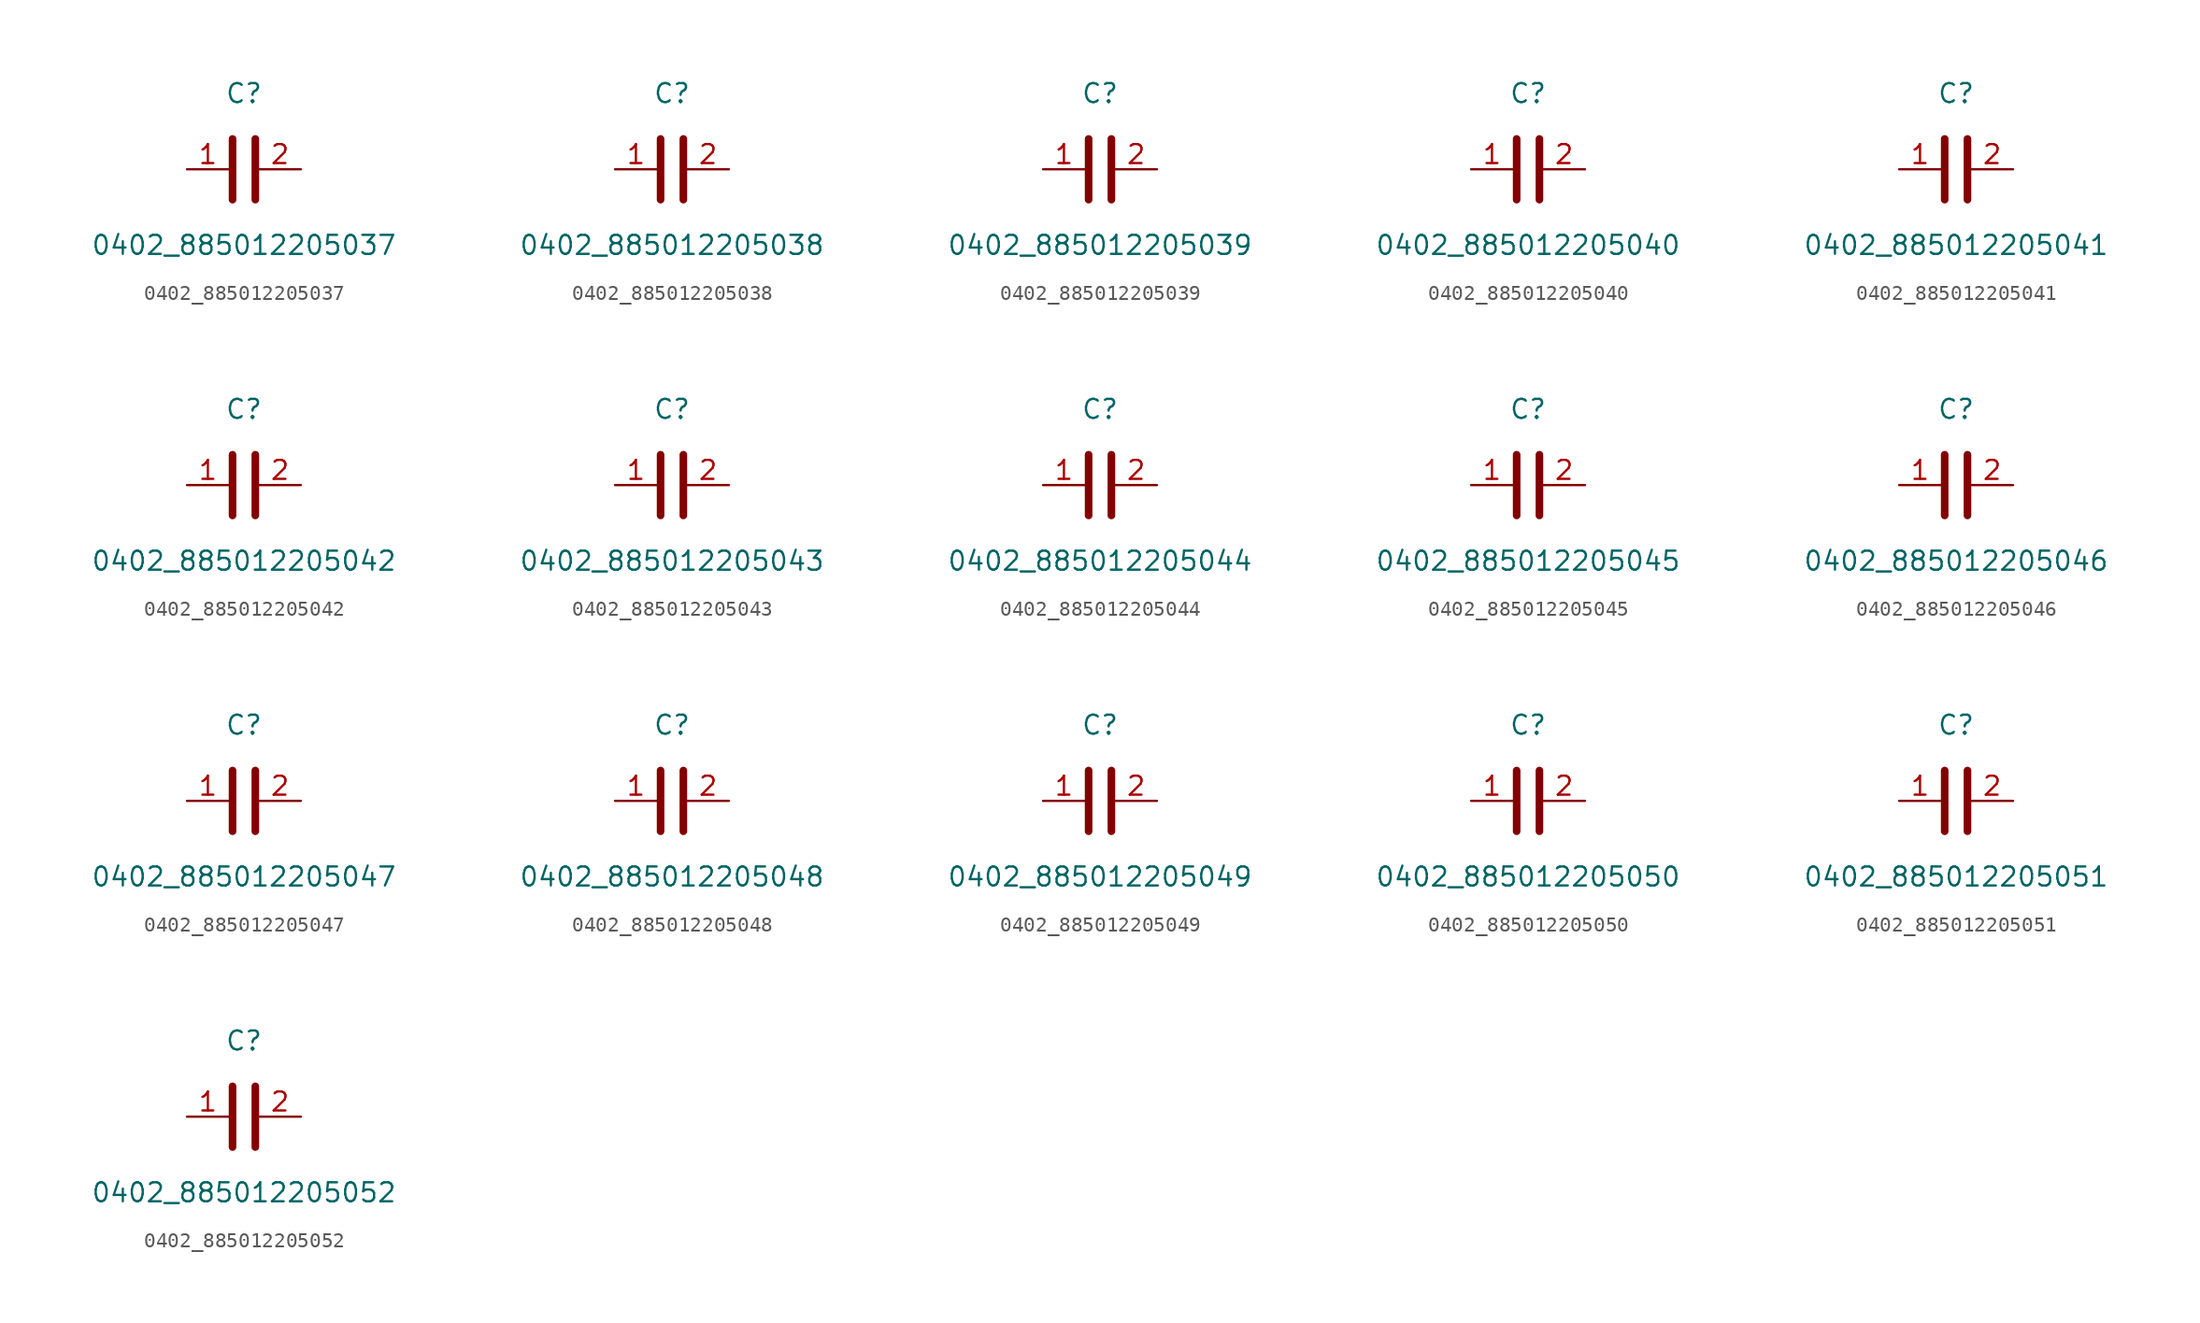
<source format=kicad_sym>
(kicad_symbol_lib
  (version 20220914)
  (generator kicad_symbol_editor)
  (symbol "0402_885012205037"
    (pin_names hide)
    (property "Reference" "C"
      (at 0 5.08 0)
      (effects (font (size 1.27 1.27))))
    (property "Value" "0402_885012205037"
      (at 0 -5.08 0)
      (effects (font (size 1.27 1.27))))
    (symbol "0402_885012205037_0_1"
      (polyline (pts (xy -0.762 -2.032) (xy -0.762 2.032)) (stroke (width 0.508) (type default)) (fill (type none)))
      (polyline (pts (xy 0.762 -2.032) (xy 0.762 2.032)) (stroke (width 0.508) (type default)) (fill (type none))))
    (symbol "0402_885012205037_1_1"
      (pin passive line (at -3.81 0 0) (length 2.794) (name "1" (effects (font (size 1.27 1.27)))) (number "1" (effects (font (size 1.27 1.27)))))
      (pin passive line (at 3.81 0 180) (length 2.794) (name "2" (effects (font (size 1.27 1.27)))) (number "2" (effects (font (size 1.27 1.27)))))))
  (symbol "0402_885012205038"
    (pin_names hide)
    (property "Reference" "C"
      (at 0 5.08 0)
      (effects (font (size 1.27 1.27))))
    (property "Value" "0402_885012205038"
      (at 0 -5.08 0)
      (effects (font (size 1.27 1.27))))
    (symbol "0402_885012205038_0_1"
      (polyline (pts (xy -0.762 -2.032) (xy -0.762 2.032)) (stroke (width 0.508) (type default)) (fill (type none)))
      (polyline (pts (xy 0.762 -2.032) (xy 0.762 2.032)) (stroke (width 0.508) (type default)) (fill (type none))))
    (symbol "0402_885012205038_1_1"
      (pin passive line (at -3.81 0 0) (length 2.794) (name "1" (effects (font (size 1.27 1.27)))) (number "1" (effects (font (size 1.27 1.27)))))
      (pin passive line (at 3.81 0 180) (length 2.794) (name "2" (effects (font (size 1.27 1.27)))) (number "2" (effects (font (size 1.27 1.27)))))))
  (symbol "0402_885012205039"
    (pin_names hide)
    (property "Reference" "C"
      (at 0 5.08 0)
      (effects (font (size 1.27 1.27))))
    (property "Value" "0402_885012205039"
      (at 0 -5.08 0)
      (effects (font (size 1.27 1.27))))
    (symbol "0402_885012205039_0_1"
      (polyline (pts (xy -0.762 -2.032) (xy -0.762 2.032)) (stroke (width 0.508) (type default)) (fill (type none)))
      (polyline (pts (xy 0.762 -2.032) (xy 0.762 2.032)) (stroke (width 0.508) (type default)) (fill (type none))))
    (symbol "0402_885012205039_1_1"
      (pin passive line (at -3.81 0 0) (length 2.794) (name "1" (effects (font (size 1.27 1.27)))) (number "1" (effects (font (size 1.27 1.27)))))
      (pin passive line (at 3.81 0 180) (length 2.794) (name "2" (effects (font (size 1.27 1.27)))) (number "2" (effects (font (size 1.27 1.27)))))))
  (symbol "0402_885012205040"
    (pin_names hide)
    (property "Reference" "C"
      (at 0 5.08 0)
      (effects (font (size 1.27 1.27))))
    (property "Value" "0402_885012205040"
      (at 0 -5.08 0)
      (effects (font (size 1.27 1.27))))
    (symbol "0402_885012205040_0_1"
      (polyline (pts (xy -0.762 -2.032) (xy -0.762 2.032)) (stroke (width 0.508) (type default)) (fill (type none)))
      (polyline (pts (xy 0.762 -2.032) (xy 0.762 2.032)) (stroke (width 0.508) (type default)) (fill (type none))))
    (symbol "0402_885012205040_1_1"
      (pin passive line (at -3.81 0 0) (length 2.794) (name "1" (effects (font (size 1.27 1.27)))) (number "1" (effects (font (size 1.27 1.27)))))
      (pin passive line (at 3.81 0 180) (length 2.794) (name "2" (effects (font (size 1.27 1.27)))) (number "2" (effects (font (size 1.27 1.27)))))))
  (symbol "0402_885012205041"
    (pin_names hide)
    (property "Reference" "C"
      (at 0 5.08 0)
      (effects (font (size 1.27 1.27))))
    (property "Value" "0402_885012205041"
      (at 0 -5.08 0)
      (effects (font (size 1.27 1.27))))
    (symbol "0402_885012205041_0_1"
      (polyline (pts (xy -0.762 -2.032) (xy -0.762 2.032)) (stroke (width 0.508) (type default)) (fill (type none)))
      (polyline (pts (xy 0.762 -2.032) (xy 0.762 2.032)) (stroke (width 0.508) (type default)) (fill (type none))))
    (symbol "0402_885012205041_1_1"
      (pin passive line (at -3.81 0 0) (length 2.794) (name "1" (effects (font (size 1.27 1.27)))) (number "1" (effects (font (size 1.27 1.27)))))
      (pin passive line (at 3.81 0 180) (length 2.794) (name "2" (effects (font (size 1.27 1.27)))) (number "2" (effects (font (size 1.27 1.27)))))))
  (symbol "0402_885012205042"
    (pin_names hide)
    (property "Reference" "C"
      (at 0 5.08 0)
      (effects (font (size 1.27 1.27))))
    (property "Value" "0402_885012205042"
      (at 0 -5.08 0)
      (effects (font (size 1.27 1.27))))
    (symbol "0402_885012205042_0_1"
      (polyline (pts (xy -0.762 -2.032) (xy -0.762 2.032)) (stroke (width 0.508) (type default)) (fill (type none)))
      (polyline (pts (xy 0.762 -2.032) (xy 0.762 2.032)) (stroke (width 0.508) (type default)) (fill (type none))))
    (symbol "0402_885012205042_1_1"
      (pin passive line (at -3.81 0 0) (length 2.794) (name "1" (effects (font (size 1.27 1.27)))) (number "1" (effects (font (size 1.27 1.27)))))
      (pin passive line (at 3.81 0 180) (length 2.794) (name "2" (effects (font (size 1.27 1.27)))) (number "2" (effects (font (size 1.27 1.27)))))))
  (symbol "0402_885012205043"
    (pin_names hide)
    (property "Reference" "C"
      (at 0 5.08 0)
      (effects (font (size 1.27 1.27))))
    (property "Value" "0402_885012205043"
      (at 0 -5.08 0)
      (effects (font (size 1.27 1.27))))
    (symbol "0402_885012205043_0_1"
      (polyline (pts (xy -0.762 -2.032) (xy -0.762 2.032)) (stroke (width 0.508) (type default)) (fill (type none)))
      (polyline (pts (xy 0.762 -2.032) (xy 0.762 2.032)) (stroke (width 0.508) (type default)) (fill (type none))))
    (symbol "0402_885012205043_1_1"
      (pin passive line (at -3.81 0 0) (length 2.794) (name "1" (effects (font (size 1.27 1.27)))) (number "1" (effects (font (size 1.27 1.27)))))
      (pin passive line (at 3.81 0 180) (length 2.794) (name "2" (effects (font (size 1.27 1.27)))) (number "2" (effects (font (size 1.27 1.27)))))))
  (symbol "0402_885012205044"
    (pin_names hide)
    (property "Reference" "C"
      (at 0 5.08 0)
      (effects (font (size 1.27 1.27))))
    (property "Value" "0402_885012205044"
      (at 0 -5.08 0)
      (effects (font (size 1.27 1.27))))
    (symbol "0402_885012205044_0_1"
      (polyline (pts (xy -0.762 -2.032) (xy -0.762 2.032)) (stroke (width 0.508) (type default)) (fill (type none)))
      (polyline (pts (xy 0.762 -2.032) (xy 0.762 2.032)) (stroke (width 0.508) (type default)) (fill (type none))))
    (symbol "0402_885012205044_1_1"
      (pin passive line (at -3.81 0 0) (length 2.794) (name "1" (effects (font (size 1.27 1.27)))) (number "1" (effects (font (size 1.27 1.27)))))
      (pin passive line (at 3.81 0 180) (length 2.794) (name "2" (effects (font (size 1.27 1.27)))) (number "2" (effects (font (size 1.27 1.27)))))))
  (symbol "0402_885012205045"
    (pin_names hide)
    (property "Reference" "C"
      (at 0 5.08 0)
      (effects (font (size 1.27 1.27))))
    (property "Value" "0402_885012205045"
      (at 0 -5.08 0)
      (effects (font (size 1.27 1.27))))
    (symbol "0402_885012205045_0_1"
      (polyline (pts (xy -0.762 -2.032) (xy -0.762 2.032)) (stroke (width 0.508) (type default)) (fill (type none)))
      (polyline (pts (xy 0.762 -2.032) (xy 0.762 2.032)) (stroke (width 0.508) (type default)) (fill (type none))))
    (symbol "0402_885012205045_1_1"
      (pin passive line (at -3.81 0 0) (length 2.794) (name "1" (effects (font (size 1.27 1.27)))) (number "1" (effects (font (size 1.27 1.27)))))
      (pin passive line (at 3.81 0 180) (length 2.794) (name "2" (effects (font (size 1.27 1.27)))) (number "2" (effects (font (size 1.27 1.27)))))))
  (symbol "0402_885012205046"
    (pin_names hide)
    (property "Reference" "C"
      (at 0 5.08 0)
      (effects (font (size 1.27 1.27))))
    (property "Value" "0402_885012205046"
      (at 0 -5.08 0)
      (effects (font (size 1.27 1.27))))
    (symbol "0402_885012205046_0_1"
      (polyline (pts (xy -0.762 -2.032) (xy -0.762 2.032)) (stroke (width 0.508) (type default)) (fill (type none)))
      (polyline (pts (xy 0.762 -2.032) (xy 0.762 2.032)) (stroke (width 0.508) (type default)) (fill (type none))))
    (symbol "0402_885012205046_1_1"
      (pin passive line (at -3.81 0 0) (length 2.794) (name "1" (effects (font (size 1.27 1.27)))) (number "1" (effects (font (size 1.27 1.27)))))
      (pin passive line (at 3.81 0 180) (length 2.794) (name "2" (effects (font (size 1.27 1.27)))) (number "2" (effects (font (size 1.27 1.27)))))))
  (symbol "0402_885012205047"
    (pin_names hide)
    (property "Reference" "C"
      (at 0 5.08 0)
      (effects (font (size 1.27 1.27))))
    (property "Value" "0402_885012205047"
      (at 0 -5.08 0)
      (effects (font (size 1.27 1.27))))
    (symbol "0402_885012205047_0_1"
      (polyline (pts (xy -0.762 -2.032) (xy -0.762 2.032)) (stroke (width 0.508) (type default)) (fill (type none)))
      (polyline (pts (xy 0.762 -2.032) (xy 0.762 2.032)) (stroke (width 0.508) (type default)) (fill (type none))))
    (symbol "0402_885012205047_1_1"
      (pin passive line (at -3.81 0 0) (length 2.794) (name "1" (effects (font (size 1.27 1.27)))) (number "1" (effects (font (size 1.27 1.27)))))
      (pin passive line (at 3.81 0 180) (length 2.794) (name "2" (effects (font (size 1.27 1.27)))) (number "2" (effects (font (size 1.27 1.27)))))))
  (symbol "0402_885012205048"
    (pin_names hide)
    (property "Reference" "C"
      (at 0 5.08 0)
      (effects (font (size 1.27 1.27))))
    (property "Value" "0402_885012205048"
      (at 0 -5.08 0)
      (effects (font (size 1.27 1.27))))
    (symbol "0402_885012205048_0_1"
      (polyline (pts (xy -0.762 -2.032) (xy -0.762 2.032)) (stroke (width 0.508) (type default)) (fill (type none)))
      (polyline (pts (xy 0.762 -2.032) (xy 0.762 2.032)) (stroke (width 0.508) (type default)) (fill (type none))))
    (symbol "0402_885012205048_1_1"
      (pin passive line (at -3.81 0 0) (length 2.794) (name "1" (effects (font (size 1.27 1.27)))) (number "1" (effects (font (size 1.27 1.27)))))
      (pin passive line (at 3.81 0 180) (length 2.794) (name "2" (effects (font (size 1.27 1.27)))) (number "2" (effects (font (size 1.27 1.27)))))))
  (symbol "0402_885012205049"
    (pin_names hide)
    (property "Reference" "C"
      (at 0 5.08 0)
      (effects (font (size 1.27 1.27))))
    (property "Value" "0402_885012205049"
      (at 0 -5.08 0)
      (effects (font (size 1.27 1.27))))
    (symbol "0402_885012205049_0_1"
      (polyline (pts (xy -0.762 -2.032) (xy -0.762 2.032)) (stroke (width 0.508) (type default)) (fill (type none)))
      (polyline (pts (xy 0.762 -2.032) (xy 0.762 2.032)) (stroke (width 0.508) (type default)) (fill (type none))))
    (symbol "0402_885012205049_1_1"
      (pin passive line (at -3.81 0 0) (length 2.794) (name "1" (effects (font (size 1.27 1.27)))) (number "1" (effects (font (size 1.27 1.27)))))
      (pin passive line (at 3.81 0 180) (length 2.794) (name "2" (effects (font (size 1.27 1.27)))) (number "2" (effects (font (size 1.27 1.27)))))))
  (symbol "0402_885012205050"
    (pin_names hide)
    (property "Reference" "C"
      (at 0 5.08 0)
      (effects (font (size 1.27 1.27))))
    (property "Value" "0402_885012205050"
      (at 0 -5.08 0)
      (effects (font (size 1.27 1.27))))
    (symbol "0402_885012205050_0_1"
      (polyline (pts (xy -0.762 -2.032) (xy -0.762 2.032)) (stroke (width 0.508) (type default)) (fill (type none)))
      (polyline (pts (xy 0.762 -2.032) (xy 0.762 2.032)) (stroke (width 0.508) (type default)) (fill (type none))))
    (symbol "0402_885012205050_1_1"
      (pin passive line (at -3.81 0 0) (length 2.794) (name "1" (effects (font (size 1.27 1.27)))) (number "1" (effects (font (size 1.27 1.27)))))
      (pin passive line (at 3.81 0 180) (length 2.794) (name "2" (effects (font (size 1.27 1.27)))) (number "2" (effects (font (size 1.27 1.27)))))))
  (symbol "0402_885012205051"
    (pin_names hide)
    (property "Reference" "C"
      (at 0 5.08 0)
      (effects (font (size 1.27 1.27))))
    (property "Value" "0402_885012205051"
      (at 0 -5.08 0)
      (effects (font (size 1.27 1.27))))
    (symbol "0402_885012205051_0_1"
      (polyline (pts (xy -0.762 -2.032) (xy -0.762 2.032)) (stroke (width 0.508) (type default)) (fill (type none)))
      (polyline (pts (xy 0.762 -2.032) (xy 0.762 2.032)) (stroke (width 0.508) (type default)) (fill (type none))))
    (symbol "0402_885012205051_1_1"
      (pin passive line (at -3.81 0 0) (length 2.794) (name "1" (effects (font (size 1.27 1.27)))) (number "1" (effects (font (size 1.27 1.27)))))
      (pin passive line (at 3.81 0 180) (length 2.794) (name "2" (effects (font (size 1.27 1.27)))) (number "2" (effects (font (size 1.27 1.27)))))))
  (symbol "0402_885012205052"
    (pin_names hide)
    (property "Reference" "C"
      (at 0 5.08 0)
      (effects (font (size 1.27 1.27))))
    (property "Value" "0402_885012205052"
      (at 0 -5.08 0)
      (effects (font (size 1.27 1.27))))
    (symbol "0402_885012205052_0_1"
      (polyline (pts (xy -0.762 -2.032) (xy -0.762 2.032)) (stroke (width 0.508) (type default)) (fill (type none)))
      (polyline (pts (xy 0.762 -2.032) (xy 0.762 2.032)) (stroke (width 0.508) (type default)) (fill (type none))))
    (symbol "0402_885012205052_1_1"
      (pin passive line (at -3.81 0 0) (length 2.794) (name "1" (effects (font (size 1.27 1.27)))) (number "1" (effects (font (size 1.27 1.27)))))
      (pin passive line (at 3.81 0 180) (length 2.794) (name "2" (effects (font (size 1.27 1.27)))) (number "2" (effects (font (size 1.27 1.27))))))))
</source>
